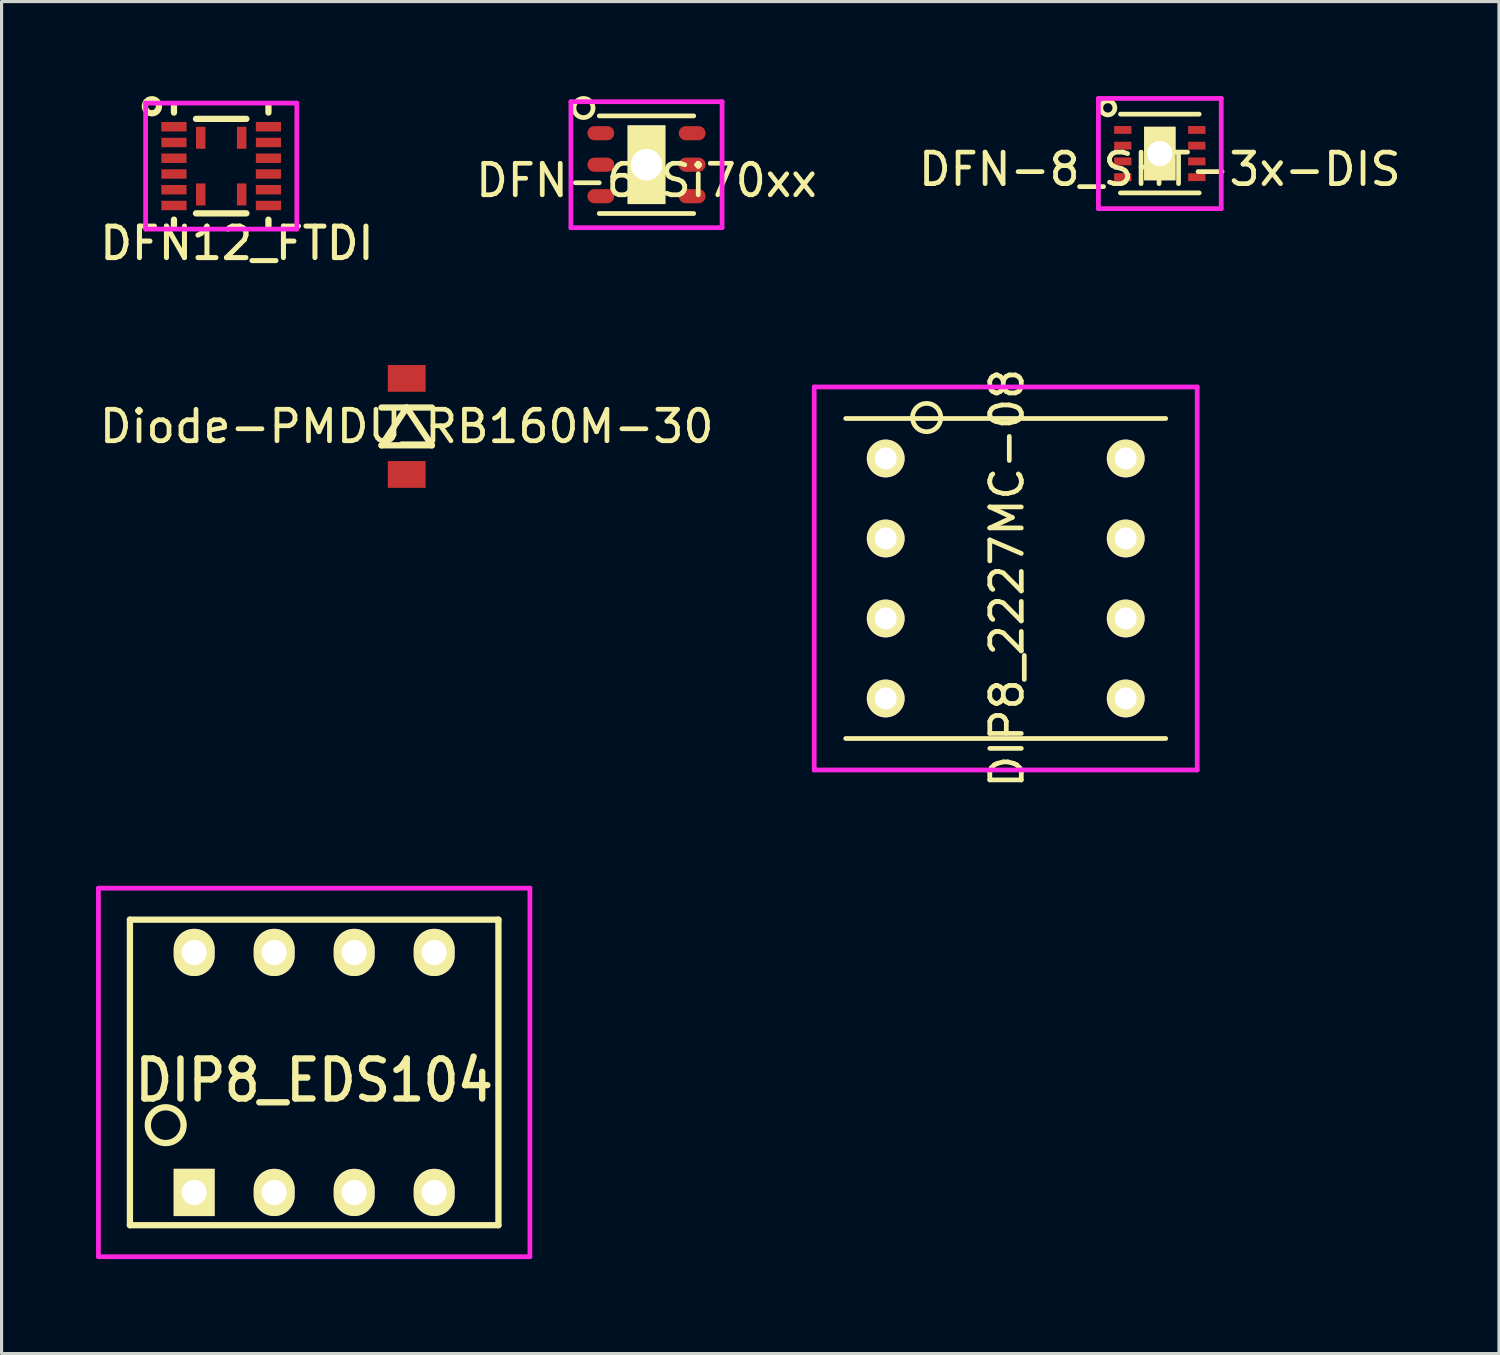
<source format=kicad_pcb>
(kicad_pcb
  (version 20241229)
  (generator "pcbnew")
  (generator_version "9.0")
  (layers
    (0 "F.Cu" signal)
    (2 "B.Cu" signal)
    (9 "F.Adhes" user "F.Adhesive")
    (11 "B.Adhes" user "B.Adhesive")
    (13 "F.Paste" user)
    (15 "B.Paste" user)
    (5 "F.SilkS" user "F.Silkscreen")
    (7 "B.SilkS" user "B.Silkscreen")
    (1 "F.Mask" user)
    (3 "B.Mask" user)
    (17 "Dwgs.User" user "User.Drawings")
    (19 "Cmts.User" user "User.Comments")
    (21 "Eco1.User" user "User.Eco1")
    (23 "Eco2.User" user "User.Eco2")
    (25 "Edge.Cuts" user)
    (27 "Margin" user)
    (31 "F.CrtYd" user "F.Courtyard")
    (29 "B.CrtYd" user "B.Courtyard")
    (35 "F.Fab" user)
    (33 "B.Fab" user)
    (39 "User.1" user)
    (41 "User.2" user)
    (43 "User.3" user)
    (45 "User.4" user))
  (footprint "DFN-8_SHT-3x-DIS"
    (layer "F.Cu")
    (at 33.774 1.825)
    (property "Reference" "DFN-8_SHT-3x-DIS" (at 0 0.5 0) (layer "F.SilkS") (effects (font (size 1 1) (thickness 0.15))))
    (attr through_hole)
    (fp_line (start -1.25 -1.25) (end 1.25 -1.25) (stroke (width 0.15) (type solid)) (layer "F.SilkS"))
    (fp_line (start -1.25 1.25) (end 1.25 1.25) (stroke (width 0.15) (type solid)) (layer "F.SilkS"))
    (fp_circle (center -1.65 -1.45) (end -1.45 -1.35) (stroke (width 0.15) (type solid)) (fill no) (layer "F.SilkS"))
    (fp_line (start -1.95 -1.75) (end 1.95 -1.75) (stroke (width 0.15) (type solid)) (layer "F.CrtYd"))
    (fp_line (start -1.95 1.75) (end -1.95 -1.75) (stroke (width 0.15) (type solid)) (layer "F.CrtYd"))
    (fp_line (start 1.95 -1.75) (end 1.95 1.75) (stroke (width 0.15) (type solid)) (layer "F.CrtYd"))
    (fp_line (start 1.95 1.75) (end -1.95 1.75) (stroke (width 0.15) (type solid)) (layer "F.CrtYd"))
    (pad "1" smd rect (at -1.175 -0.75) (size 0.55 0.25) (layers "F.Cu" "F.Mask" "F.Paste"))
    (pad "2" smd rect (at -1.175 -0.25) (size 0.55 0.25) (layers "F.Cu" "F.Mask" "F.Paste"))
    (pad "3" smd rect (at -1.175 0.25) (size 0.55 0.25) (layers "F.Cu" "F.Mask" "F.Paste"))
    (pad "4" smd rect (at -1.175 0.75) (size 0.55 0.25) (layers "F.Cu" "F.Mask" "F.Paste"))
    (pad "5" smd rect (at 1.175 0.75) (size 0.55 0.25) (layers "F.Cu" "F.Mask" "F.Paste"))
    (pad "6" smd rect (at 1.175 0.25) (size 0.55 0.25) (layers "F.Cu" "F.Mask" "F.Paste"))
    (pad "7" smd rect (at 1.175 -0.25) (size 0.55 0.25) (layers "F.Cu" "F.Mask" "F.Paste"))
    (pad "8" smd rect (at 1.175 -0.75) (size 0.55 0.25) (layers "F.Cu" "F.Mask" "F.Paste"))
    (pad "9" thru_hole rect (at 0 0) (size 1 1.7) (drill 0.8) (layers "*.Cu" "*.Mask" "F.SilkS")))
  (footprint "DIP8_2227MC-08"
    (layer "F.Cu")
    (at 28.881 15.317)
    (property "Reference" "DIP8_2227MC-08" (at 0.04 -0.01 90) (layer "F.SilkS") (effects (font (size 1 1) (thickness 0.15))))
    (attr through_hole)
    (fp_line (start -5.08 -5.08) (end 5.08 -5.08) (stroke (width 0.15) (type solid)) (layer "F.SilkS"))
    (fp_line (start -5.08 5.08) (end 5.08 5.08) (stroke (width 0.15) (type solid)) (layer "F.SilkS"))
    (fp_circle (center -2.51 -5.11) (end -2.06 -5.11) (stroke (width 0.15) (type solid)) (fill no) (layer "F.SilkS"))
    (fp_line (start -6.08 -6.08) (end 6.08 -6.08) (stroke (width 0.15) (type solid)) (layer "F.CrtYd"))
    (fp_line (start -6.08 6.08) (end -6.08 -6.08) (stroke (width 0.15) (type solid)) (layer "F.CrtYd"))
    (fp_line (start 6.08 -6.08) (end 6.08 6.08) (stroke (width 0.15) (type solid)) (layer "F.CrtYd"))
    (fp_line (start 6.08 6.08) (end -6.08 6.08) (stroke (width 0.15) (type solid)) (layer "F.CrtYd"))
    (pad "1" thru_hole circle (at -3.81 -3.81) (size 1.2 1.2) (drill 0.7) (layers "*.Cu" "*.Mask" "F.SilkS"))
    (pad "2" thru_hole circle (at -3.81 -1.27) (size 1.2 1.2) (drill 0.7) (layers "*.Cu" "*.Mask" "F.SilkS"))
    (pad "3" thru_hole circle (at -3.81 1.27) (size 1.2 1.2) (drill 0.7) (layers "*.Cu" "*.Mask" "F.SilkS"))
    (pad "4" thru_hole circle (at -3.81 3.81) (size 1.2 1.2) (drill 0.7) (layers "*.Cu" "*.Mask" "F.SilkS"))
    (pad "5" thru_hole circle (at 3.81 3.81) (size 1.2 1.2) (drill 0.7) (layers "*.Cu" "*.Mask" "F.SilkS"))
    (pad "6" thru_hole circle (at 3.81 1.27) (size 1.2 1.2) (drill 0.7) (layers "*.Cu" "*.Mask" "F.SilkS"))
    (pad "7" thru_hole circle (at 3.81 -1.27) (size 1.2 1.2) (drill 0.7) (layers "*.Cu" "*.Mask" "F.SilkS"))
    (pad "8" thru_hole circle (at 3.81 -3.81) (size 1.2 1.2) (drill 0.7) (layers "*.Cu" "*.Mask" "F.SilkS")))
  (footprint "DIP8_EDS104"
    (layer "F.Cu")
    (at 6.925 31)
    (property "Reference" "DIP8_EDS104" (at 0 0.25 0) (layer "F.SilkS") (effects (font (size 1.27 1.143) (thickness 0.203))))
    (attr through_hole)
    (fp_line (start -5.85 -4.85) (end 5.85 -4.85) (stroke (width 0.2) (type solid)) (layer "F.SilkS"))
    (fp_line (start -5.85 4.85) (end -5.85 -4.85) (stroke (width 0.2) (type solid)) (layer "F.SilkS"))
    (fp_line (start 5.85 -4.85) (end 5.85 4.85) (stroke (width 0.2) (type solid)) (layer "F.SilkS"))
    (fp_line (start 5.85 4.85) (end -5.85 4.85) (stroke (width 0.2) (type solid)) (layer "F.SilkS"))
    (fp_circle (center -4.714 1.674) (end -5.222 1.928) (stroke (width 0.2) (type solid)) (fill no) (layer "F.SilkS"))
    (fp_line (start -6.85 -5.85) (end 6.85 -5.85) (stroke (width 0.15) (type solid)) (layer "F.CrtYd"))
    (fp_line (start -6.85 5.85) (end -6.85 -5.85) (stroke (width 0.15) (type solid)) (layer "F.CrtYd"))
    (fp_line (start 6.85 -5.85) (end 6.85 5.85) (stroke (width 0.15) (type solid)) (layer "F.CrtYd"))
    (fp_line (start 6.85 5.85) (end -6.85 5.85) (stroke (width 0.15) (type solid)) (layer "F.CrtYd"))
    (pad "1" thru_hole rect (at -3.81 3.81) (size 1.3 1.5) (drill 0.8) (layers "*.Cu" "*.Mask" "F.SilkS"))
    (pad "2" thru_hole oval (at -1.27 3.81) (size 1.3 1.5) (drill 0.8) (layers "*.Cu" "*.Mask" "F.SilkS"))
    (pad "3" thru_hole oval (at 1.27 3.81) (size 1.3 1.5) (drill 0.8) (layers "*.Cu" "*.Mask" "F.SilkS"))
    (pad "4" thru_hole oval (at 3.81 3.81) (size 1.3 1.5) (drill 0.8) (layers "*.Cu" "*.Mask" "F.SilkS"))
    (pad "5" thru_hole oval (at 3.81 -3.81) (size 1.3 1.5) (drill 0.8) (layers "*.Cu" "*.Mask" "F.SilkS"))
    (pad "6" thru_hole oval (at 1.27 -3.81) (size 1.3 1.5) (drill 0.8) (layers "*.Cu" "*.Mask" "F.SilkS"))
    (pad "7" thru_hole oval (at -1.27 -3.81) (size 1.3 1.5) (drill 0.8) (layers "*.Cu" "*.Mask" "F.SilkS"))
    (pad "8" thru_hole oval (at -3.81 -3.81) (size 1.3 1.5) (drill 0.8) (layers "*.Cu" "*.Mask" "F.SilkS")))
  (footprint "DFN-6_Si70xx"
    (layer "F.Cu")
    (at 17.476 2.179)
    (property "Reference" "DFN-6_Si70xx" (at 0 0.5 0) (layer "F.SilkS") (effects (font (size 1 1) (thickness 0.15))))
    (attr through_hole)
    (fp_line (start -1.5 -1.55) (end 1.5 -1.55) (stroke (width 0.15) (type solid)) (layer "F.SilkS"))
    (fp_line (start -1.5 1.55) (end 1.5 1.55) (stroke (width 0.15) (type solid)) (layer "F.SilkS"))
    (fp_circle (center -2 -1.8) (end -1.7 -1.75) (stroke (width 0.15) (type solid)) (fill no) (layer "F.SilkS"))
    (fp_line (start -2.4 -2) (end 2.4 -2) (stroke (width 0.15) (type solid)) (layer "F.CrtYd"))
    (fp_line (start -2.4 2) (end -2.4 -2) (stroke (width 0.15) (type solid)) (layer "F.CrtYd"))
    (fp_line (start 2.4 -2) (end 2.4 2) (stroke (width 0.15) (type solid)) (layer "F.CrtYd"))
    (fp_line (start 2.4 2) (end -2.4 2) (stroke (width 0.15) (type solid)) (layer "F.CrtYd"))
    (pad "1" smd oval (at -1.45 -1) (size 0.85 0.45) (layers "F.Cu" "F.Mask" "F.Paste"))
    (pad "2" smd oval (at -1.45 0) (size 0.85 0.45) (layers "F.Cu" "F.Mask" "F.Paste"))
    (pad "3" smd oval (at -1.45 1) (size 0.85 0.45) (layers "F.Cu" "F.Mask" "F.Paste"))
    (pad "4" smd oval (at 1.45 1) (size 0.85 0.45) (layers "F.Cu" "F.Mask" "F.Paste"))
    (pad "5" smd oval (at 1.45 0) (size 0.85 0.45) (layers "F.Cu" "F.Mask" "F.Paste"))
    (pad "6" smd oval (at 1.45 -1) (size 0.85 0.45) (layers "F.Cu" "F.Mask" "F.Paste"))
    (pad "7" thru_hole rect (at 0 0) (size 1.2 2.5) (drill 1) (layers "*.Cu" "*.Mask" "F.SilkS")))
  (footprint "DFN12_FTDI"
    (layer "F.Cu")
    (at 2.473 0.974)
    (property "Reference" "DFN12_FTDI" (at 2 3.7 0) (layer "F.SilkS") (effects (font (size 1 1) (thickness 0.16))))
    (attr through_hole)
    (fp_line (start 0 -0.45) (end 0 -0.65) (stroke (width 0.2) (type solid)) (layer "F.SilkS"))
    (fp_line (start 0 2.95) (end 0 3.15) (stroke (width 0.2) (type solid)) (layer "F.SilkS"))
    (fp_line (start 0.7 -0.25) (end 2.3 -0.25) (stroke (width 0.2) (type solid)) (layer "F.SilkS"))
    (fp_line (start 0.7 2.75) (end 2.3 2.75) (stroke (width 0.2) (type solid)) (layer "F.SilkS"))
    (fp_line (start 3 -0.45) (end 3 -0.65) (stroke (width 0.2) (type solid)) (layer "F.SilkS"))
    (fp_line (start 3 2.95) (end 3 3.15) (stroke (width 0.2) (type solid)) (layer "F.SilkS"))
    (fp_circle (center -0.7 -0.65) (end -0.5 -0.55) (stroke (width 0.2) (type solid)) (fill no) (layer "F.SilkS"))
    (fp_line (start -0.9 -0.75) (end 3.9 -0.75) (stroke (width 0.15) (type solid)) (layer "F.CrtYd"))
    (fp_line (start -0.9 3.25) (end -0.9 -0.75) (stroke (width 0.15) (type solid)) (layer "F.CrtYd"))
    (fp_line (start 3.9 -0.75) (end 3.9 3.25) (stroke (width 0.15) (type solid)) (layer "F.CrtYd"))
    (fp_line (start 3.9 3.25) (end -0.9 3.25) (stroke (width 0.15) (type solid)) (layer "F.CrtYd"))
    (pad "1" smd rect (at 0 0) (size 0.8 0.3) (layers "F.Cu" "F.Mask" "F.Paste"))
    (pad "2" smd rect (at 0 0.5) (size 0.8 0.3) (layers "F.Cu" "F.Mask" "F.Paste"))
    (pad "3" smd rect (at 0 1) (size 0.8 0.3) (layers "F.Cu" "F.Mask" "F.Paste"))
    (pad "4" smd rect (at 0 1.5) (size 0.8 0.3) (layers "F.Cu" "F.Mask" "F.Paste"))
    (pad "5" smd rect (at 0 2) (size 0.8 0.3) (layers "F.Cu" "F.Mask" "F.Paste"))
    (pad "6" smd rect (at 0 2.5) (size 0.8 0.3) (layers "F.Cu" "F.Mask" "F.Paste"))
    (pad "7" smd rect (at 3 2.5) (size 0.8 0.3) (layers "F.Cu" "F.Mask" "F.Paste"))
    (pad "8" smd rect (at 3 2) (size 0.8 0.3) (layers "F.Cu" "F.Mask" "F.Paste"))
    (pad "9" smd rect (at 3 1.5) (size 0.8 0.3) (layers "F.Cu" "F.Mask" "F.Paste"))
    (pad "10" smd rect (at 3 1) (size 0.8 0.3) (layers "F.Cu" "F.Mask" "F.Paste"))
    (pad "11" smd rect (at 3 0.5) (size 0.8 0.3) (layers "F.Cu" "F.Mask" "F.Paste"))
    (pad "12" smd rect (at 3 0) (size 0.8 0.3) (layers "F.Cu" "F.Mask" "F.Paste"))
    (pad "PAD" smd rect (at 0.85 0.35) (size 0.3 0.7) (layers "F.Cu" "F.Mask" "F.Paste"))
    (pad "PAD" smd rect (at 0.85 2.15) (size 0.3 0.7) (layers "F.Cu" "F.Mask" "F.Paste"))
    (pad "PAD" smd rect (at 2.15 0.35) (size 0.3 0.7) (layers "F.Cu" "F.Mask" "F.Paste"))
    (pad "PAD" smd rect (at 2.15 2.15) (size 0.3 0.7) (layers "F.Cu" "F.Mask" "F.Paste")))
  (footprint "Diode-PMDU_RB160M-30"
    (layer "F.Cu")
    (at 9.863 10.489)
    (property "Reference" "Diode-PMDU_RB160M-30" (at 0 0 0) (layer "F.SilkS") (effects (font (size 1 1) (thickness 0.15))))
    (attr through_hole)
    (fp_line (start -0.8 -0.6) (end 0.8 -0.6) (stroke (width 0.2) (type solid)) (layer "F.SilkS"))
    (fp_line (start -0.8 0.6) (end 0.8 0.6) (stroke (width 0.2) (type solid)) (layer "F.SilkS"))
    (fp_line (start 0 -0.6) (end -0.8 0.6) (stroke (width 0.2) (type solid)) (layer "F.SilkS"))
    (fp_line (start 0 -0.6) (end 0.8 0.6) (stroke (width 0.2) (type solid)) (layer "F.SilkS"))
    (pad "1" smd rect (at 0 1.525) (size 1.2 0.85) (layers "F.Cu" "F.Mask" "F.Paste"))
    (pad "2" smd rect (at 0 -1.525) (size 1.2 0.85) (layers "F.Cu" "F.Mask" "F.Paste")))
  (gr_rect
    (start -3 -3)
    (end 44.542 39.925)
    (stroke (width 0.1) (type default))
    (fill no)
    (layer "Edge.Cuts")))
</source>
